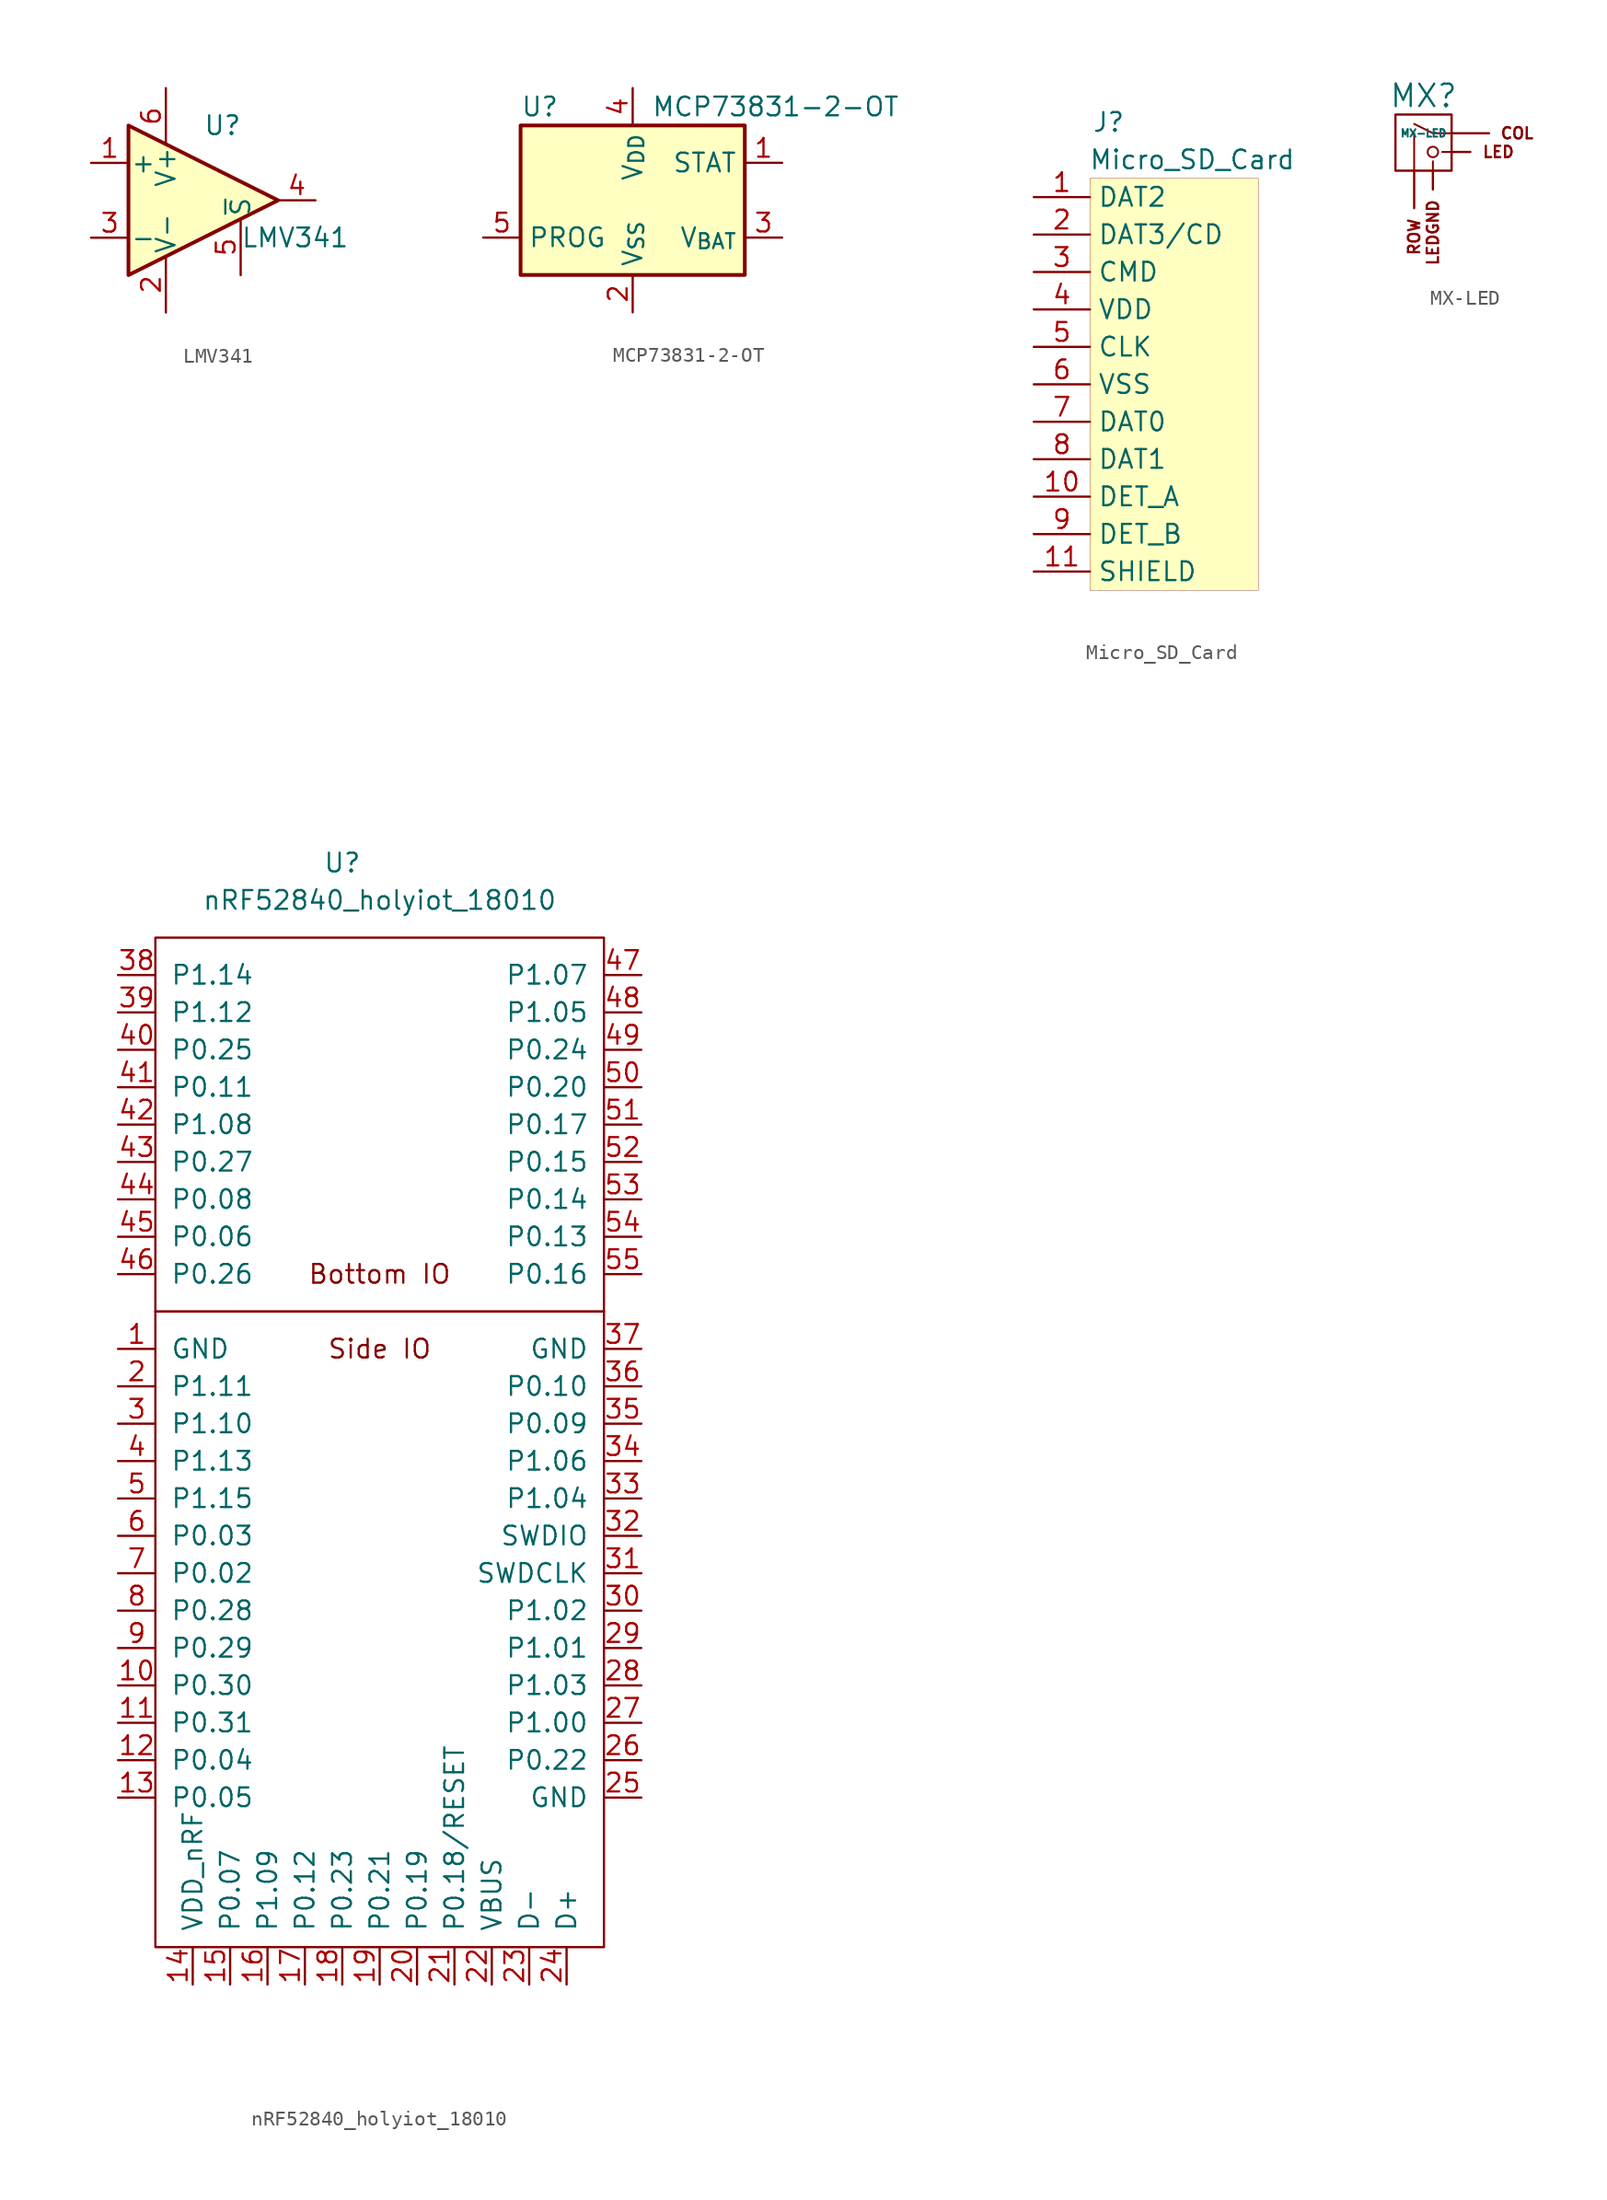
<source format=kicad_sym>
(kicad_symbol_lib
  (version 20231120)
  (generator "kicad_symbol_editor")
  (generator_version "8.0")
  (symbol "LMV341"
    (pin_names
      (offset 0.127))
    (property "Reference" "U"
      (at 0 5.08 0)
      (effects (font (size 1.27 1.27)) (justify left)))
    (property "Value" "LMV341"
      (at 2.54 -2.54 0)
      (effects (font (size 1.27 1.27)) (justify left)))
    (symbol "LMV341_0_1"
      (polyline (pts (xy -5.08 5.08) (xy 5.08 0) (xy -5.08 -5.08) (xy -5.08 5.08)) (stroke (width 0.254) (type default)) (fill (type background)))
      (pin power_in line (at -2.54 -7.62 90) (length 3.81) (name "V-" (effects (font (size 1.27 1.27)))) (number "2" (effects (font (size 1.27 1.27)))))
      (pin input line (at 2.54 -5.08 90) (length 3.81) (name "~{S}" (effects (font (size 1.27 1.27)))) (number "5" (effects (font (size 1.27 1.27)))))
      (pin power_in line (at -2.54 7.62 270) (length 3.81) (name "V+" (effects (font (size 1.27 1.27)))) (number "6" (effects (font (size 1.27 1.27))))))
    (symbol "LMV341_1_1"
      (pin input line (at -7.62 2.54 0) (length 2.54) (name "+" (effects (font (size 1.27 1.27)))) (number "1" (effects (font (size 1.27 1.27)))))
      (pin input line (at -7.62 -2.54 0) (length 2.54) (name "-" (effects (font (size 1.27 1.27)))) (number "3" (effects (font (size 1.27 1.27)))))
      (pin output line (at 7.62 0 180) (length 2.54) (name "~" (effects (font (size 1.27 1.27)))) (number "4" (effects (font (size 1.27 1.27)))))))
  (symbol "MCP73831-2-OT"
    (property "Reference" "U"
      (at -7.62 6.35 0)
      (effects (font (size 1.27 1.27)) (justify left)))
    (property "Value" "MCP73831-2-OT"
      (at 1.27 6.35 0)
      (effects (font (size 1.27 1.27)) (justify left)))
    (symbol "MCP73831-2-OT_0_1"
      (rectangle (start -7.62 5.08) (end 7.62 -5.08) (stroke (width 0.254) (type default)) (fill (type background))))
    (symbol "MCP73831-2-OT_1_1"
      (pin tri_state line (at 10.16 2.54 180) (length 2.54) (name "STAT" (effects (font (size 1.27 1.27)))) (number "1" (effects (font (size 1.27 1.27)))))
      (pin power_in line (at 0 -7.62 90) (length 2.54) (name "V_{SS}" (effects (font (size 1.27 1.27)))) (number "2" (effects (font (size 1.27 1.27)))))
      (pin power_out line (at 10.16 -2.54 180) (length 2.54) (name "V_{BAT}" (effects (font (size 1.27 1.27)))) (number "3" (effects (font (size 1.27 1.27)))))
      (pin power_in line (at 0 7.62 270) (length 2.54) (name "V_{DD}" (effects (font (size 1.27 1.27)))) (number "4" (effects (font (size 1.27 1.27)))))
      (pin input line (at -10.16 -2.54 0) (length 2.54) (name "PROG" (effects (font (size 1.27 1.27)))) (number "5" (effects (font (size 1.27 1.27)))))))
  (symbol "Micro_SD_Card"
    (property "Reference" "J"
      (at -3.81 16.51 0)
      (effects (font (size 1.27 1.27))))
    (property "Value" "Micro_SD_Card"
      (at 8.89 13.97 0)
      (effects (font (size 1.27 1.27)) (justify right)))
    (symbol "Micro_SD_Card_0_1"
      (rectangle (start -5.08 12.7) (end 6.35 -15.24) (stroke (width 0.001) (type default)) (fill (type background))))
    (symbol "Micro_SD_Card_1_1"
      (pin bidirectional line (at -8.89 11.43 0) (length 3.81) (name "DAT2" (effects (font (size 1.27 1.27)))) (number "1" (effects (font (size 1.27 1.27)))))
      (pin passive line (at -8.89 -8.89 0) (length 3.81) (name "DET_A" (effects (font (size 1.27 1.27)))) (number "10" (effects (font (size 1.27 1.27)))))
      (pin passive line (at -8.89 -13.97 0) (length 3.81) (name "SHIELD" (effects (font (size 1.27 1.27)))) (number "11" (effects (font (size 1.27 1.27)))))
      (pin bidirectional line (at -8.89 8.89 0) (length 3.81) (name "DAT3/CD" (effects (font (size 1.27 1.27)))) (number "2" (effects (font (size 1.27 1.27)))))
      (pin input line (at -8.89 6.35 0) (length 3.81) (name "CMD" (effects (font (size 1.27 1.27)))) (number "3" (effects (font (size 1.27 1.27)))))
      (pin power_in line (at -8.89 3.81 0) (length 3.81) (name "VDD" (effects (font (size 1.27 1.27)))) (number "4" (effects (font (size 1.27 1.27)))))
      (pin input line (at -8.89 1.27 0) (length 3.81) (name "CLK" (effects (font (size 1.27 1.27)))) (number "5" (effects (font (size 1.27 1.27)))))
      (pin power_in line (at -8.89 -1.27 0) (length 3.81) (name "VSS" (effects (font (size 1.27 1.27)))) (number "6" (effects (font (size 1.27 1.27)))))
      (pin bidirectional line (at -8.89 -3.81 0) (length 3.81) (name "DAT0" (effects (font (size 1.27 1.27)))) (number "7" (effects (font (size 1.27 1.27)))))
      (pin bidirectional line (at -8.89 -6.35 0) (length 3.81) (name "DAT1" (effects (font (size 1.27 1.27)))) (number "8" (effects (font (size 1.27 1.27)))))
      (pin passive line (at -8.89 -11.43 0) (length 3.81) (name "DET_B" (effects (font (size 1.27 1.27)))) (number "9" (effects (font (size 1.27 1.27)))))))
  (symbol "MX-LED"
    (pin_names
      (offset 1.016))
    (property "Reference" "MX"
      (at -0.635 3.81 0)
      (effects (font (size 1.524 1.524))))
    (property "Value" "MX-LED"
      (at -0.635 1.27 0)
      (effects (font (size 0.508 0.508))))
    (symbol "MX-LED_0_0"
      (rectangle (start -2.54 2.54) (end 1.27 -1.27) (stroke (width 0) (type default)) (fill (type none)))
      (polyline (pts (xy -1.27 -1.27) (xy -1.27 1.27)) (stroke (width 0.127) (type default)) (fill (type none)))
      (polyline (pts (xy 0 -1.27) (xy 0 -0.635)) (stroke (width 0.127) (type default)) (fill (type none)))
      (polyline (pts (xy 1.27 0) (xy 0.635 0)) (stroke (width 0.127) (type default)) (fill (type none)))
      (polyline (pts (xy 1.27 1.27) (xy 0 1.27) (xy -1.27 1.905)) (stroke (width 0.127) (type default)) (fill (type none)))
      (circle (center 0 0) (radius 0.356) (stroke (width 0.127) (type default)) (fill (type none)))
      (text "COL" (at 5.715 1.27 0) (effects (font (size 0.762 0.762))))
      (text "LED" (at 4.445 0 0) (effects (font (size 0.762 0.762))))
      (text "ROW" (at -1.27 -4.445 900) (effects (font (size 0.762 0.762)) (justify right))))
    (symbol "MX-LED_1_0"
      (text "LEDGND" (at 0 -3.175 900) (effects (font (size 0.762 0.762)) (justify right))))
    (symbol "MX-LED_1_1"
      (pin passive line (at 3.81 1.27 180) (length 2.54) (name "COL" (effects (font (size 0 0)))) (number "1" (effects (font (size 0 0)))))
      (pin passive line (at -1.27 -3.81 90) (length 2.54) (name "ROW" (effects (font (size 0 0)))) (number "2" (effects (font (size 0 0)))))
      (pin input line (at 2.54 0 180) (length 1.27) (name "LED" (effects (font (size 0 0)))) (number "3" (effects (font (size 0 0)))))
      (pin passive line (at 0 -2.54 90) (length 1.27) (name "LEDGND" (effects (font (size 0 0)))) (number "4" (effects (font (size 0 0)))))))
  (symbol "nRF52840_holyiot_18010"
    (pin_names
      (offset 1.016))
    (property "Reference" "U"
      (at -2.54 39.37 0)
      (effects (font (size 1.27 1.27))))
    (property "Value" "nRF52840_holyiot_18010"
      (at 0 36.83 0)
      (effects (font (size 1.27 1.27))))
    (symbol "nRF52840_holyiot_18010_0_0"
      (rectangle (start -15.24 8.89) (end 15.24 -34.29) (stroke (width 0) (type default)) (fill (type none)))
      (rectangle (start -15.24 8.89) (end 15.24 34.29) (stroke (width 0) (type default)) (fill (type none)))
      (text "Bottom IO" (at 0 11.43 0) (effects (font (size 1.27 1.27))))
      (text "Side IO" (at 0 6.35 0) (effects (font (size 1.27 1.27)))))
    (symbol "nRF52840_holyiot_18010_1_1"
      (pin power_in line (at -17.78 6.35 0) (length 2.54) (name "GND" (effects (font (size 1.27 1.27)))) (number "1" (effects (font (size 1.27 1.27)))))
      (pin bidirectional line (at -17.78 -16.51 0) (length 2.54) (name "P0.30" (effects (font (size 1.27 1.27)))) (number "10" (effects (font (size 1.27 1.27)))))
      (pin bidirectional line (at -17.78 -19.05 0) (length 2.54) (name "P0.31" (effects (font (size 1.27 1.27)))) (number "11" (effects (font (size 1.27 1.27)))))
      (pin bidirectional line (at -17.78 -21.59 0) (length 2.54) (name "P0.04" (effects (font (size 1.27 1.27)))) (number "12" (effects (font (size 1.27 1.27)))))
      (pin bidirectional line (at -17.78 -24.13 0) (length 2.54) (name "P0.05" (effects (font (size 1.27 1.27)))) (number "13" (effects (font (size 1.27 1.27)))))
      (pin power_in line (at -12.7 -36.83 90) (length 2.54) (name "VDD_nRF" (effects (font (size 1.27 1.27)))) (number "14" (effects (font (size 1.27 1.27)))))
      (pin bidirectional line (at -10.16 -36.83 90) (length 2.54) (name "P0.07" (effects (font (size 1.27 1.27)))) (number "15" (effects (font (size 1.27 1.27)))))
      (pin bidirectional line (at -7.62 -36.83 90) (length 2.54) (name "P1.09" (effects (font (size 1.27 1.27)))) (number "16" (effects (font (size 1.27 1.27)))))
      (pin bidirectional line (at -5.08 -36.83 90) (length 2.54) (name "P0.12" (effects (font (size 1.27 1.27)))) (number "17" (effects (font (size 1.27 1.27)))))
      (pin bidirectional line (at -2.54 -36.83 90) (length 2.54) (name "P0.23" (effects (font (size 1.27 1.27)))) (number "18" (effects (font (size 1.27 1.27)))))
      (pin bidirectional line (at 0 -36.83 90) (length 2.54) (name "P0.21" (effects (font (size 1.27 1.27)))) (number "19" (effects (font (size 1.27 1.27)))))
      (pin bidirectional line (at -17.78 3.81 0) (length 2.54) (name "P1.11" (effects (font (size 1.27 1.27)))) (number "2" (effects (font (size 1.27 1.27)))))
      (pin bidirectional line (at 2.54 -36.83 90) (length 2.54) (name "P0.19" (effects (font (size 1.27 1.27)))) (number "20" (effects (font (size 1.27 1.27)))))
      (pin input line (at 5.08 -36.83 90) (length 2.54) (name "P0.18/RESET" (effects (font (size 1.27 1.27)))) (number "21" (effects (font (size 1.27 1.27)))))
      (pin power_in line (at 7.62 -36.83 90) (length 2.54) (name "VBUS" (effects (font (size 1.27 1.27)))) (number "22" (effects (font (size 1.27 1.27)))))
      (pin bidirectional line (at 10.16 -36.83 90) (length 2.54) (name "D-" (effects (font (size 1.27 1.27)))) (number "23" (effects (font (size 1.27 1.27)))))
      (pin bidirectional line (at 12.7 -36.83 90) (length 2.54) (name "D+" (effects (font (size 1.27 1.27)))) (number "24" (effects (font (size 1.27 1.27)))))
      (pin power_in line (at 17.78 -24.13 180) (length 2.54) (name "GND" (effects (font (size 1.27 1.27)))) (number "25" (effects (font (size 1.27 1.27)))))
      (pin bidirectional line (at 17.78 -21.59 180) (length 2.54) (name "P0.22" (effects (font (size 1.27 1.27)))) (number "26" (effects (font (size 1.27 1.27)))))
      (pin bidirectional line (at 17.78 -19.05 180) (length 2.54) (name "P1.00" (effects (font (size 1.27 1.27)))) (number "27" (effects (font (size 1.27 1.27)))))
      (pin bidirectional line (at 17.78 -16.51 180) (length 2.54) (name "P1.03" (effects (font (size 1.27 1.27)))) (number "28" (effects (font (size 1.27 1.27)))))
      (pin bidirectional line (at 17.78 -13.97 180) (length 2.54) (name "P1.01" (effects (font (size 1.27 1.27)))) (number "29" (effects (font (size 1.27 1.27)))))
      (pin bidirectional line (at -17.78 1.27 0) (length 2.54) (name "P1.10" (effects (font (size 1.27 1.27)))) (number "3" (effects (font (size 1.27 1.27)))))
      (pin bidirectional line (at 17.78 -11.43 180) (length 2.54) (name "P1.02" (effects (font (size 1.27 1.27)))) (number "30" (effects (font (size 1.27 1.27)))))
      (pin bidirectional line (at 17.78 -8.89 180) (length 2.54) (name "SWDCLK" (effects (font (size 1.27 1.27)))) (number "31" (effects (font (size 1.27 1.27)))))
      (pin bidirectional line (at 17.78 -6.35 180) (length 2.54) (name "SWDIO" (effects (font (size 1.27 1.27)))) (number "32" (effects (font (size 1.27 1.27)))))
      (pin bidirectional line (at 17.78 -3.81 180) (length 2.54) (name "P1.04" (effects (font (size 1.27 1.27)))) (number "33" (effects (font (size 1.27 1.27)))))
      (pin bidirectional line (at 17.78 -1.27 180) (length 2.54) (name "P1.06" (effects (font (size 1.27 1.27)))) (number "34" (effects (font (size 1.27 1.27)))))
      (pin bidirectional line (at 17.78 1.27 180) (length 2.54) (name "P0.09" (effects (font (size 1.27 1.27)))) (number "35" (effects (font (size 1.27 1.27)))))
      (pin bidirectional line (at 17.78 3.81 180) (length 2.54) (name "P0.10" (effects (font (size 1.27 1.27)))) (number "36" (effects (font (size 1.27 1.27)))))
      (pin power_in line (at 17.78 6.35 180) (length 2.54) (name "GND" (effects (font (size 1.27 1.27)))) (number "37" (effects (font (size 1.27 1.27)))))
      (pin bidirectional line (at -17.78 31.75 0) (length 2.54) (name "P1.14" (effects (font (size 1.27 1.27)))) (number "38" (effects (font (size 1.27 1.27)))))
      (pin bidirectional line (at -17.78 29.21 0) (length 2.54) (name "P1.12" (effects (font (size 1.27 1.27)))) (number "39" (effects (font (size 1.27 1.27)))))
      (pin bidirectional line (at -17.78 -1.27 0) (length 2.54) (name "P1.13" (effects (font (size 1.27 1.27)))) (number "4" (effects (font (size 1.27 1.27)))))
      (pin bidirectional line (at -17.78 26.67 0) (length 2.54) (name "P0.25" (effects (font (size 1.27 1.27)))) (number "40" (effects (font (size 1.27 1.27)))))
      (pin bidirectional line (at -17.78 24.13 0) (length 2.54) (name "P0.11" (effects (font (size 1.27 1.27)))) (number "41" (effects (font (size 1.27 1.27)))))
      (pin bidirectional line (at -17.78 21.59 0) (length 2.54) (name "P1.08" (effects (font (size 1.27 1.27)))) (number "42" (effects (font (size 1.27 1.27)))))
      (pin bidirectional line (at -17.78 19.05 0) (length 2.54) (name "P0.27" (effects (font (size 1.27 1.27)))) (number "43" (effects (font (size 1.27 1.27)))))
      (pin bidirectional line (at -17.78 16.51 0) (length 2.54) (name "P0.08" (effects (font (size 1.27 1.27)))) (number "44" (effects (font (size 1.27 1.27)))))
      (pin bidirectional line (at -17.78 13.97 0) (length 2.54) (name "P0.06" (effects (font (size 1.27 1.27)))) (number "45" (effects (font (size 1.27 1.27)))))
      (pin bidirectional line (at -17.78 11.43 0) (length 2.54) (name "P0.26" (effects (font (size 1.27 1.27)))) (number "46" (effects (font (size 1.27 1.27)))))
      (pin bidirectional line (at 17.78 31.75 180) (length 2.54) (name "P1.07" (effects (font (size 1.27 1.27)))) (number "47" (effects (font (size 1.27 1.27)))))
      (pin bidirectional line (at 17.78 29.21 180) (length 2.54) (name "P1.05" (effects (font (size 1.27 1.27)))) (number "48" (effects (font (size 1.27 1.27)))))
      (pin bidirectional line (at 17.78 26.67 180) (length 2.54) (name "P0.24" (effects (font (size 1.27 1.27)))) (number "49" (effects (font (size 1.27 1.27)))))
      (pin bidirectional line (at -17.78 -3.81 0) (length 2.54) (name "P1.15" (effects (font (size 1.27 1.27)))) (number "5" (effects (font (size 1.27 1.27)))))
      (pin bidirectional line (at 17.78 24.13 180) (length 2.54) (name "P0.20" (effects (font (size 1.27 1.27)))) (number "50" (effects (font (size 1.27 1.27)))))
      (pin bidirectional line (at 17.78 21.59 180) (length 2.54) (name "P0.17" (effects (font (size 1.27 1.27)))) (number "51" (effects (font (size 1.27 1.27)))))
      (pin bidirectional line (at 17.78 19.05 180) (length 2.54) (name "P0.15" (effects (font (size 1.27 1.27)))) (number "52" (effects (font (size 1.27 1.27)))))
      (pin bidirectional line (at 17.78 16.51 180) (length 2.54) (name "P0.14" (effects (font (size 1.27 1.27)))) (number "53" (effects (font (size 1.27 1.27)))))
      (pin bidirectional line (at 17.78 13.97 180) (length 2.54) (name "P0.13" (effects (font (size 1.27 1.27)))) (number "54" (effects (font (size 1.27 1.27)))))
      (pin bidirectional line (at 17.78 11.43 180) (length 2.54) (name "P0.16" (effects (font (size 1.27 1.27)))) (number "55" (effects (font (size 1.27 1.27)))))
      (pin bidirectional line (at -17.78 -6.35 0) (length 2.54) (name "P0.03" (effects (font (size 1.27 1.27)))) (number "6" (effects (font (size 1.27 1.27)))))
      (pin bidirectional line (at -17.78 -8.89 0) (length 2.54) (name "P0.02" (effects (font (size 1.27 1.27)))) (number "7" (effects (font (size 1.27 1.27)))))
      (pin bidirectional line (at -17.78 -11.43 0) (length 2.54) (name "P0.28" (effects (font (size 1.27 1.27)))) (number "8" (effects (font (size 1.27 1.27)))))
      (pin bidirectional line (at -17.78 -13.97 0) (length 2.54) (name "P0.29" (effects (font (size 1.27 1.27)))) (number "9" (effects (font (size 1.27 1.27))))))))
</source>
